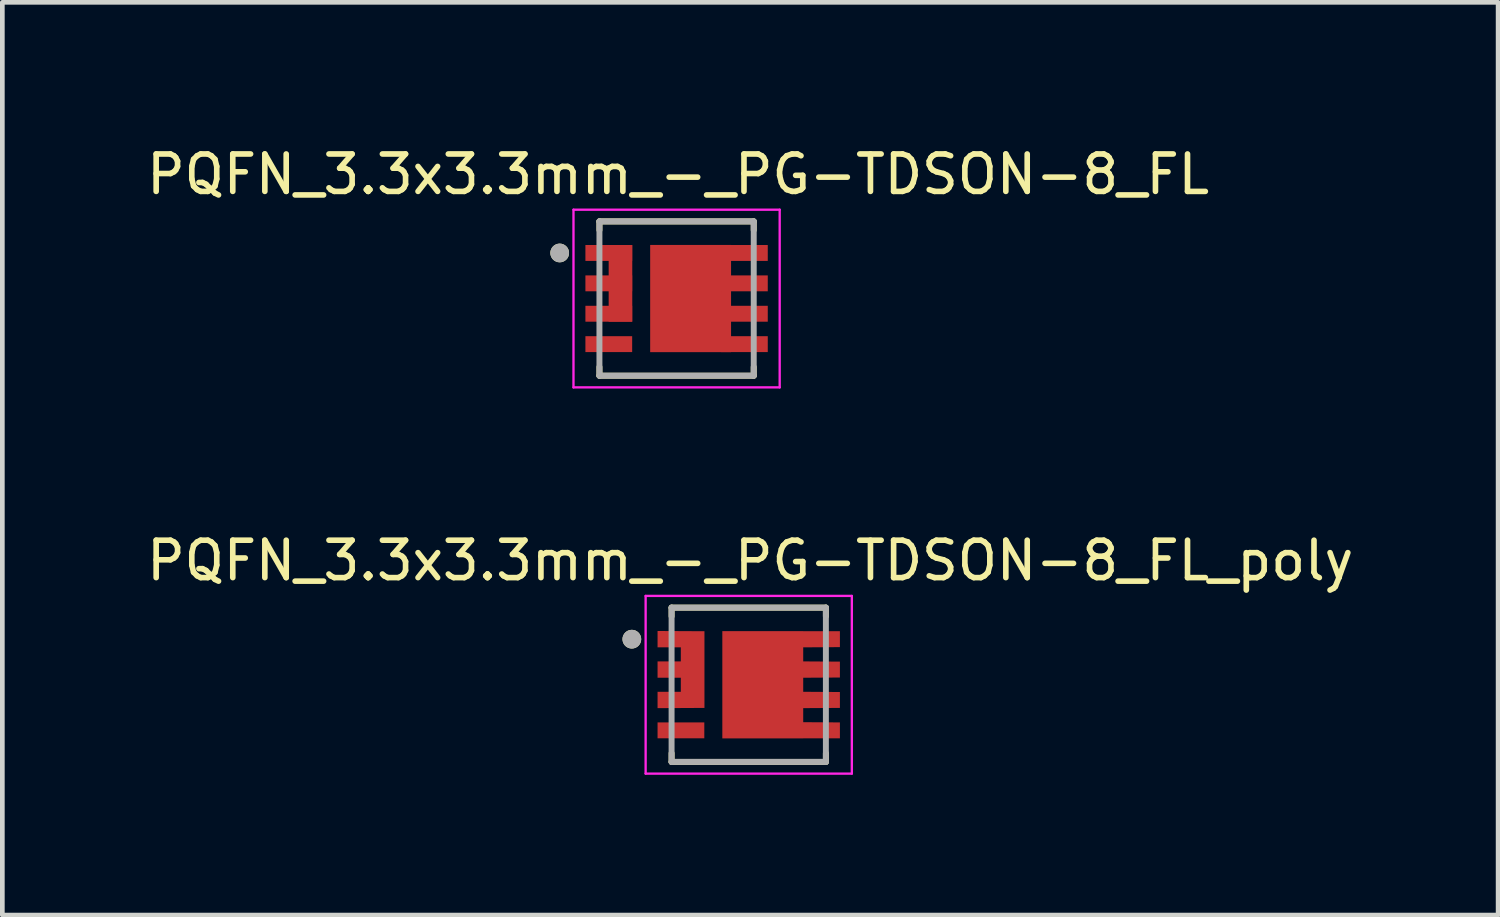
<source format=kicad_pcb>
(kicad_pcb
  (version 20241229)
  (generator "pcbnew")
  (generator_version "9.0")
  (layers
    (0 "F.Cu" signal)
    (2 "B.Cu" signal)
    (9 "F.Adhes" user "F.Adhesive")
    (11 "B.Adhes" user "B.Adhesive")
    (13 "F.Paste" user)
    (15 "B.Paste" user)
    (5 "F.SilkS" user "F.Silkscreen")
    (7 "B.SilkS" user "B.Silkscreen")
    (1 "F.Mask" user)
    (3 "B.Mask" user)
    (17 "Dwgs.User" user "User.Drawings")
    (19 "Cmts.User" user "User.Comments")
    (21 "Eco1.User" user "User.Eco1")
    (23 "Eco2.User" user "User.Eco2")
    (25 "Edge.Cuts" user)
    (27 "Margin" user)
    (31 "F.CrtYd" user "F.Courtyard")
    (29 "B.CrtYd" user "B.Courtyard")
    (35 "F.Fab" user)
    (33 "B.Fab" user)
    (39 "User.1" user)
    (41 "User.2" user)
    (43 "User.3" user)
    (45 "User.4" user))
  (footprint "PQFN_3.3x3.3mm_-_PG-TDSON-8_FL"
    (layer "F.Cu")
    (at 11.42 3.335)
    (property "Reference" "PQFN_3.3x3.3mm_-_PG-TDSON-8_FL" (at 0.032 -2.656 0) (layer "F.SilkS") (effects (font (size 0.8 0.8) (thickness 0.12))))
    (attr smd)
    (fp_poly (pts (xy -2 0.755) (xy -0.9 0.755) (xy -0.9 1.195) (xy -2 1.195)) (stroke (width 0.01) (type solid)) (fill yes) (layer "F.Mask"))
    (fp_poly (pts (xy -0.9 0.545) (xy -2 0.545) (xy -2 0.105) (xy -1.5 0.105) (xy -1.5 -0.105) (xy -2 -0.105) (xy -2 -0.545) (xy -1.5 -0.545) (xy -1.5 -0.755) (xy -2 -0.755) (xy -2 -1.195) (xy -0.9 -1.195)) (stroke (width 0.01) (type solid)) (fill yes) (layer "F.Mask"))
    (fp_poly (pts (xy -0.61 -1.195) (xy 2 -1.195) (xy 2 -0.755) (xy 1.2 -0.755) (xy 1.2 -0.545) (xy 2 -0.545) (xy 2 -0.105) (xy 1.2 -0.105) (xy 1.2 0.105) (xy 2 0.105) (xy 2 0.545) (xy 1.2 0.545) (xy 1.2 0.755) (xy 2 0.755) (xy 2 1.195) (xy -0.61 1.195)) (stroke (width 0.01) (type solid)) (fill yes) (layer "F.Mask"))
    (fp_line (start -1.65 -1.65) (end -1.65 -1.464) (stroke (width 0.127) (type solid)) (layer "F.SilkS"))
    (fp_line (start -1.65 1.65) (end -1.65 1.464) (stroke (width 0.127) (type solid)) (layer "F.SilkS"))
    (fp_line (start -1.65 1.65) (end 1.65 1.65) (stroke (width 0.127) (type solid)) (layer "F.SilkS"))
    (fp_line (start 1.65 -1.65) (end -1.65 -1.65) (stroke (width 0.127) (type solid)) (layer "F.SilkS"))
    (fp_line (start 1.65 -1.65) (end 1.65 -1.464) (stroke (width 0.127) (type solid)) (layer "F.SilkS"))
    (fp_line (start 1.65 1.65) (end 1.65 1.464) (stroke (width 0.127) (type solid)) (layer "F.SilkS"))
    (fp_circle (center -2.5 -0.975) (end -2.4 -0.975) (stroke (width 0.2) (type solid)) (fill no) (layer "F.SilkS"))
    (fp_poly (pts (xy -0.245 -0.724) (xy 0.835 -0.724) (xy 0.835 0.724) (xy -0.245 0.724)) (stroke (width 0.01) (type solid)) (fill yes) (layer "F.Paste"))
    (fp_poly (pts (xy 1.15 -1.145) (xy 1.95 -1.145) (xy 1.95 -0.805) (xy 1.15 -0.805)) (stroke (width 0.01) (type solid)) (fill yes) (layer "F.Paste"))
    (fp_poly (pts (xy 1.15 -0.495) (xy 1.95 -0.495) (xy 1.95 -0.155) (xy 1.15 -0.155)) (stroke (width 0.01) (type solid)) (fill yes) (layer "F.Paste"))
    (fp_poly (pts (xy 1.15 0.155) (xy 1.95 0.155) (xy 1.95 0.495) (xy 1.15 0.495)) (stroke (width 0.01) (type solid)) (fill yes) (layer "F.Paste"))
    (fp_poly (pts (xy 1.15 0.805) (xy 1.95 0.805) (xy 1.95 1.145) (xy 1.15 1.145)) (stroke (width 0.01) (type solid)) (fill yes) (layer "F.Paste"))
    (fp_line (start -2.205 -1.9) (end 2.205 -1.9) (stroke (width 0.05) (type solid)) (layer "F.CrtYd"))
    (fp_line (start -2.205 1.9) (end -2.205 -1.9) (stroke (width 0.05) (type solid)) (layer "F.CrtYd"))
    (fp_line (start 2.205 -1.9) (end 2.205 1.9) (stroke (width 0.05) (type solid)) (layer "F.CrtYd"))
    (fp_line (start 2.205 1.9) (end -2.205 1.9) (stroke (width 0.05) (type solid)) (layer "F.CrtYd"))
    (fp_line (start -1.65 -1.65) (end -1.65 1.65) (stroke (width 0.127) (type solid)) (layer "F.Fab"))
    (fp_line (start -1.65 1.65) (end 1.65 1.65) (stroke (width 0.127) (type solid)) (layer "F.Fab"))
    (fp_line (start 1.65 -1.65) (end -1.65 -1.65) (stroke (width 0.127) (type solid)) (layer "F.Fab"))
    (fp_line (start 1.65 1.65) (end 1.65 -1.65) (stroke (width 0.127) (type solid)) (layer "F.Fab"))
    (fp_circle (center -2.5 -0.975) (end -2.4 -0.975) (stroke (width 0.2) (type solid)) (fill no) (layer "F.Fab"))
    (pad "1" smd rect (at -1.45 -0.975) (size 1 0.34) (layers "F.Cu" "F.Paste"))
    (pad "1" smd rect (at -1.45 -0.325) (size 1 0.34) (layers "F.Cu" "F.Paste"))
    (pad "1" smd rect (at -1.45 0.325) (size 1 0.34) (layers "F.Cu" "F.Paste"))
    (pad "1" smd rect (at -1.2 -0.325) (size 0.505 1.64) (layers "F.Cu" "F.Paste"))
    (pad "4" smd rect (at -1.45 0.975) (size 1 0.34) (layers "F.Cu" "F.Paste"))
    (pad "5" smd rect (at 0.3 0) (size 1.73 2.293) (layers "F.Cu" "F.Paste"))
    (pad "5" smd rect (at 1.45 -0.975) (size 1 0.34) (layers "F.Cu" "F.Paste"))
    (pad "5" smd rect (at 1.45 -0.325) (size 1 0.34) (layers "F.Cu" "F.Paste"))
    (pad "5" smd rect (at 1.45 0.325) (size 1 0.34) (layers "F.Cu" "F.Paste"))
    (pad "5" smd rect (at 1.45 0.975) (size 1 0.34) (layers "F.Cu" "F.Paste")))
  (footprint "PQFN_3.3x3.3mm_-_PG-TDSON-8_FL_poly"
    (layer "F.Cu")
    (at 12.963 11.595)
    (property "Reference" "PQFN_3.3x3.3mm_-_PG-TDSON-8_FL_poly" (at 0.032 -2.656 0) (layer "F.SilkS") (effects (font (size 0.8 0.8) (thickness 0.12))))
    (attr smd)
    (fp_poly (pts (xy -2 0.755) (xy -0.9 0.755) (xy -0.9 1.195) (xy -2 1.195)) (stroke (width 0.01) (type solid)) (fill yes) (layer "F.Mask"))
    (fp_poly (pts (xy -0.9 0.545) (xy -2 0.545) (xy -2 0.105) (xy -1.5 0.105) (xy -1.5 -0.105) (xy -2 -0.105) (xy -2 -0.545) (xy -1.5 -0.545) (xy -1.5 -0.755) (xy -2 -0.755) (xy -2 -1.195) (xy -0.9 -1.195)) (stroke (width 0.01) (type solid)) (fill yes) (layer "F.Mask"))
    (fp_poly (pts (xy -0.61 -1.195) (xy 2 -1.195) (xy 2 -0.755) (xy 1.2 -0.755) (xy 1.2 -0.545) (xy 2 -0.545) (xy 2 -0.105) (xy 1.2 -0.105) (xy 1.2 0.105) (xy 2 0.105) (xy 2 0.545) (xy 1.2 0.545) (xy 1.2 0.755) (xy 2 0.755) (xy 2 1.195) (xy -0.61 1.195)) (stroke (width 0.01) (type solid)) (fill yes) (layer "F.Mask"))
    (fp_line (start -1.65 -1.65) (end -1.65 -1.464) (stroke (width 0.127) (type solid)) (layer "F.SilkS"))
    (fp_line (start -1.65 1.65) (end -1.65 1.464) (stroke (width 0.127) (type solid)) (layer "F.SilkS"))
    (fp_line (start -1.65 1.65) (end 1.65 1.65) (stroke (width 0.127) (type solid)) (layer "F.SilkS"))
    (fp_line (start 1.65 -1.65) (end -1.65 -1.65) (stroke (width 0.127) (type solid)) (layer "F.SilkS"))
    (fp_line (start 1.65 -1.65) (end 1.65 -1.464) (stroke (width 0.127) (type solid)) (layer "F.SilkS"))
    (fp_line (start 1.65 1.65) (end 1.65 1.464) (stroke (width 0.127) (type solid)) (layer "F.SilkS"))
    (fp_circle (center -2.5 -0.975) (end -2.4 -0.975) (stroke (width 0.2) (type solid)) (fill no) (layer "F.SilkS"))
    (fp_poly (pts (xy -0.245 -0.724) (xy 0.835 -0.724) (xy 0.835 0.724) (xy -0.245 0.724)) (stroke (width 0.01) (type solid)) (fill yes) (layer "F.Paste"))
    (fp_poly (pts (xy 1.15 -1.145) (xy 1.95 -1.145) (xy 1.95 -0.805) (xy 1.15 -0.805)) (stroke (width 0.01) (type solid)) (fill yes) (layer "F.Paste"))
    (fp_poly (pts (xy 1.15 -0.495) (xy 1.95 -0.495) (xy 1.95 -0.155) (xy 1.15 -0.155)) (stroke (width 0.01) (type solid)) (fill yes) (layer "F.Paste"))
    (fp_poly (pts (xy 1.15 0.155) (xy 1.95 0.155) (xy 1.95 0.495) (xy 1.15 0.495)) (stroke (width 0.01) (type solid)) (fill yes) (layer "F.Paste"))
    (fp_poly (pts (xy 1.15 0.805) (xy 1.95 0.805) (xy 1.95 1.145) (xy 1.15 1.145)) (stroke (width 0.01) (type solid)) (fill yes) (layer "F.Paste"))
    (fp_line (start -2.205 -1.9) (end 2.205 -1.9) (stroke (width 0.05) (type solid)) (layer "F.CrtYd"))
    (fp_line (start -2.205 1.9) (end -2.205 -1.9) (stroke (width 0.05) (type solid)) (layer "F.CrtYd"))
    (fp_line (start 2.205 -1.9) (end 2.205 1.9) (stroke (width 0.05) (type solid)) (layer "F.CrtYd"))
    (fp_line (start 2.205 1.9) (end -2.205 1.9) (stroke (width 0.05) (type solid)) (layer "F.CrtYd"))
    (fp_line (start -1.65 -1.65) (end -1.65 1.65) (stroke (width 0.127) (type solid)) (layer "F.Fab"))
    (fp_line (start -1.65 1.65) (end 1.65 1.65) (stroke (width 0.127) (type solid)) (layer "F.Fab"))
    (fp_line (start 1.65 -1.65) (end -1.65 -1.65) (stroke (width 0.127) (type solid)) (layer "F.Fab"))
    (fp_line (start 1.65 1.65) (end 1.65 -1.65) (stroke (width 0.127) (type solid)) (layer "F.Fab"))
    (fp_circle (center -2.5 -0.975) (end -2.4 -0.975) (stroke (width 0.2) (type solid)) (fill no) (layer "F.Fab"))
    (pad "1" smd custom (at -1.2 -0.325) (size 0.505 1.64) (layers "F.Cu" "F.Paste") (options (anchor rect)) (primitives (gr_poly (pts (xy 0.253 -0.82) (xy -0.75 -0.825) (xy -0.75 -0.475) (xy -0.25 -0.475) (xy -0.25 -0.175) (xy -0.75 -0.175) (xy -0.75 0.175) (xy -0.25 0.175) (xy -0.25 0.475) (xy -0.75 0.475) (xy -0.75 0.825) (xy 0.253 0.82)) (width 0) (fill yes))))
    (pad "4" smd rect (at -1.45 0.975) (size 1 0.34) (layers "F.Cu" "F.Paste"))
    (pad "5" smd custom (at 0.3 0) (size 1.73 2.293) (layers "F.Cu" "F.Paste") (options (anchor rect)) (primitives (gr_poly (pts (xy -0.865 -1.147) (xy 1.65 -1.145) (xy 1.65 -0.805) (xy 0.85 -0.8) (xy 0.85 -0.5) (xy 1.65 -0.495) (xy 1.65 -0.155) (xy 0.85 -0.15) (xy 0.85 0.15) (xy 1.65 0.155) (xy 1.65 0.495) (xy 0.85 0.5) (xy 0.85 0.8) (xy 1.65 0.805) (xy 1.65 1.145) (xy -0.865 1.147)) (width 0) (fill yes)))))
  (gr_rect
    (start -3 -3)
    (end 28.99 16.52)
    (stroke (width 0.1) (type default))
    (fill no)
    (layer "Edge.Cuts")))
</source>
